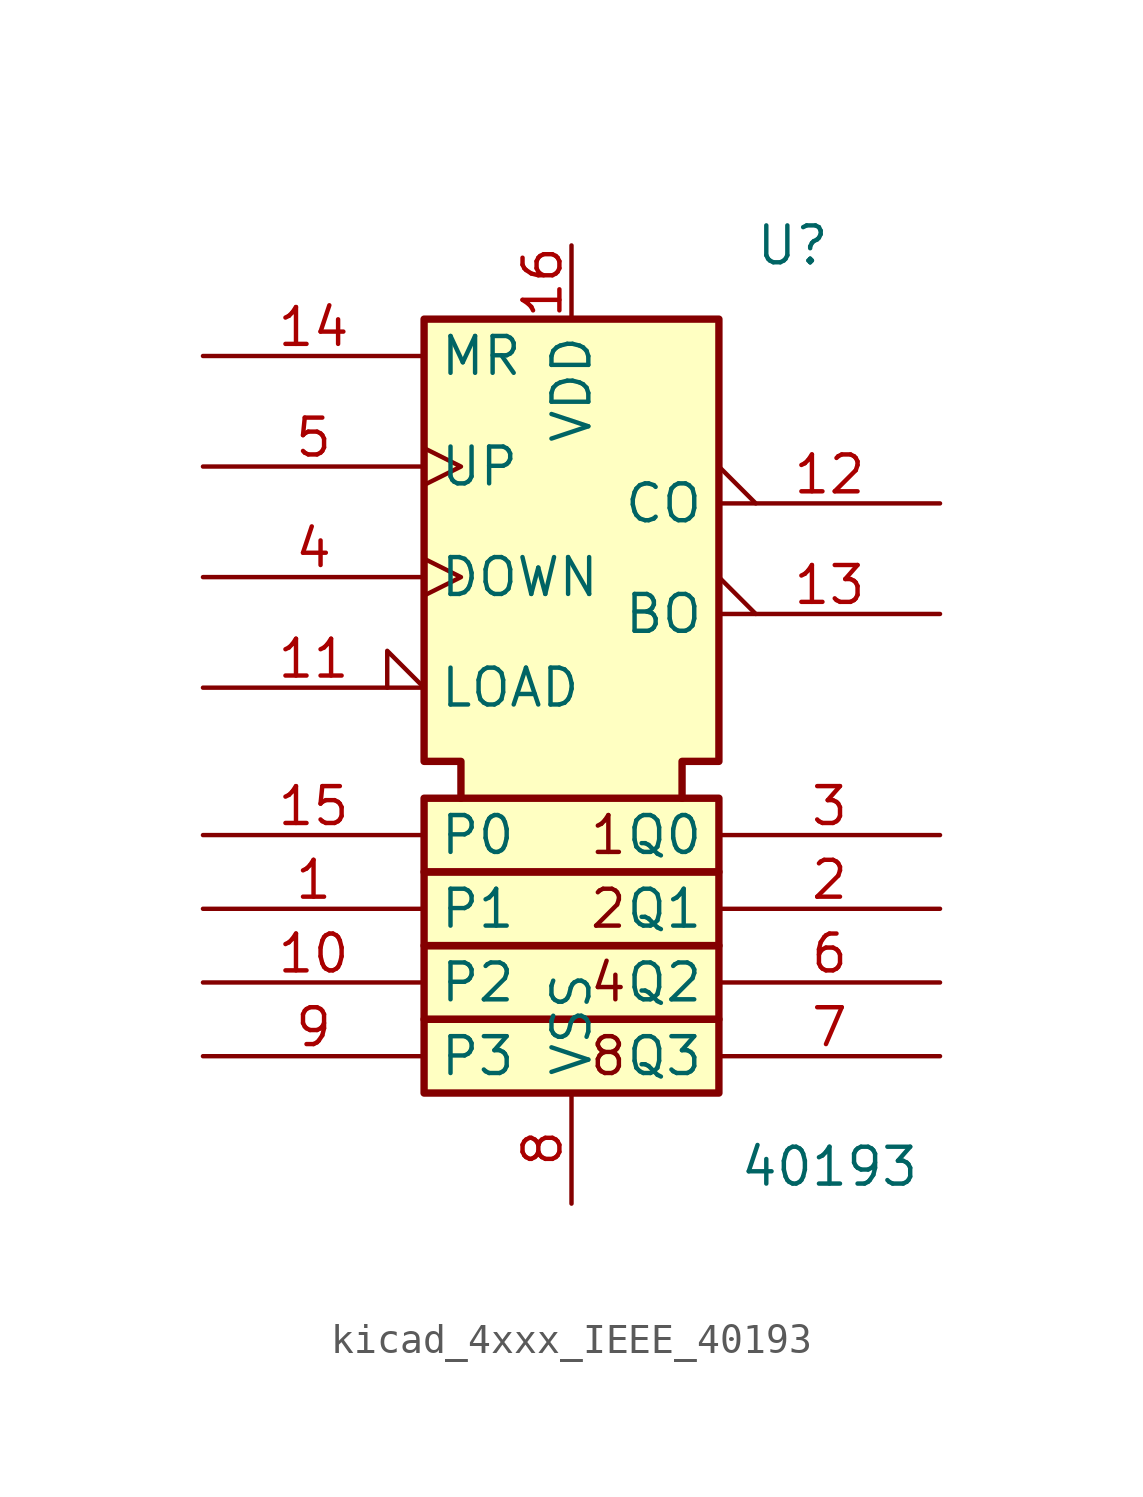
<source format=kicad_sym>
(kicad_symbol_lib
  (version 20220914)
  (generator kicad_symbol_editor)
  (symbol "kicad_4xxx_IEEE_40193"
    (property "Reference" "U"
      (at 7.62 12.7 0)
      (effects (font (size 1.27 1.27))))
    (property "Value" "40193"
      (at 8.89 -19.05 0)
      (effects (font (size 1.27 1.27))))
    (symbol "kicad_4xxx_IEEE_40193_0_0"
      (text "1" (at 1.27 -7.62 0) (effects (font (size 1.27 1.27))))
      (text "2" (at 1.27 -10.16 0) (effects (font (size 1.27 1.27))))
      (text "4" (at 1.27 -12.7 0) (effects (font (size 1.27 1.27))))
      (text "8" (at 1.27 -15.24 0) (effects (font (size 1.27 1.27)))))
    (symbol "kicad_4xxx_IEEE_40193_0_1"
      (rectangle (start -5.08 -13.97) (end 5.08 -16.51) (stroke (width 0.254) (type default)) (fill (type background)))
      (rectangle (start -5.08 -11.43) (end 5.08 -13.97) (stroke (width 0.254) (type default)) (fill (type background)))
      (rectangle (start -5.08 -8.89) (end 5.08 -11.43) (stroke (width 0.254) (type default)) (fill (type background)))
      (rectangle (start -5.08 -6.35) (end 5.08 -8.89) (stroke (width 0.254) (type default)) (fill (type background)))
      (polyline (pts (xy -3.81 -6.35) (xy -3.81 -5.08) (xy -5.08 -5.08) (xy -5.08 10.16) (xy 5.08 10.16) (xy 5.08 -5.08) (xy 3.81 -5.08) (xy 3.81 -6.35) (xy 3.81 -6.35)) (stroke (width 0.254) (type default)) (fill (type background))))
    (symbol "kicad_4xxx_IEEE_40193_1_1"
      (pin input line (at -12.7 -10.16 0) (length 7.62) (name "P1" (effects (font (size 1.27 1.27)))) (number "1" (effects (font (size 1.27 1.27)))))
      (pin input line (at -12.7 -12.7 0) (length 7.62) (name "P2" (effects (font (size 1.27 1.27)))) (number "10" (effects (font (size 1.27 1.27)))))
      (pin input input_low (at -12.7 -2.54 0) (length 7.62) (name "LOAD" (effects (font (size 1.27 1.27)))) (number "11" (effects (font (size 1.27 1.27)))))
      (pin output output_low (at 12.7 3.81 180) (length 7.62) (name "CO" (effects (font (size 1.27 1.27)))) (number "12" (effects (font (size 1.27 1.27)))))
      (pin output output_low (at 12.7 0 180) (length 7.62) (name "BO" (effects (font (size 1.27 1.27)))) (number "13" (effects (font (size 1.27 1.27)))))
      (pin input line (at -12.7 8.89 0) (length 7.62) (name "MR" (effects (font (size 1.27 1.27)))) (number "14" (effects (font (size 1.27 1.27)))))
      (pin input line (at -12.7 -7.62 0) (length 7.62) (name "P0" (effects (font (size 1.27 1.27)))) (number "15" (effects (font (size 1.27 1.27)))))
      (pin power_in line (at 0 12.7 270) (length 2.54) (name "VDD" (effects (font (size 1.27 1.27)))) (number "16" (effects (font (size 1.27 1.27)))))
      (pin output line (at 12.7 -10.16 180) (length 7.62) (name "Q1" (effects (font (size 1.27 1.27)))) (number "2" (effects (font (size 1.27 1.27)))))
      (pin output line (at 12.7 -7.62 180) (length 7.62) (name "Q0" (effects (font (size 1.27 1.27)))) (number "3" (effects (font (size 1.27 1.27)))))
      (pin input clock (at -12.7 1.27 0) (length 7.62) (name "DOWN" (effects (font (size 1.27 1.27)))) (number "4" (effects (font (size 1.27 1.27)))))
      (pin input clock (at -12.7 5.08 0) (length 7.62) (name "UP" (effects (font (size 1.27 1.27)))) (number "5" (effects (font (size 1.27 1.27)))))
      (pin output line (at 12.7 -12.7 180) (length 7.62) (name "Q2" (effects (font (size 1.27 1.27)))) (number "6" (effects (font (size 1.27 1.27)))))
      (pin output line (at 12.7 -15.24 180) (length 7.62) (name "Q3" (effects (font (size 1.27 1.27)))) (number "7" (effects (font (size 1.27 1.27)))))
      (pin power_in line (at 0 -20.32 90) (length 3.81) (name "VSS" (effects (font (size 1.27 1.27)))) (number "8" (effects (font (size 1.27 1.27)))))
      (pin input line (at -12.7 -15.24 0) (length 7.62) (name "P3" (effects (font (size 1.27 1.27)))) (number "9" (effects (font (size 1.27 1.27))))))))
</source>
